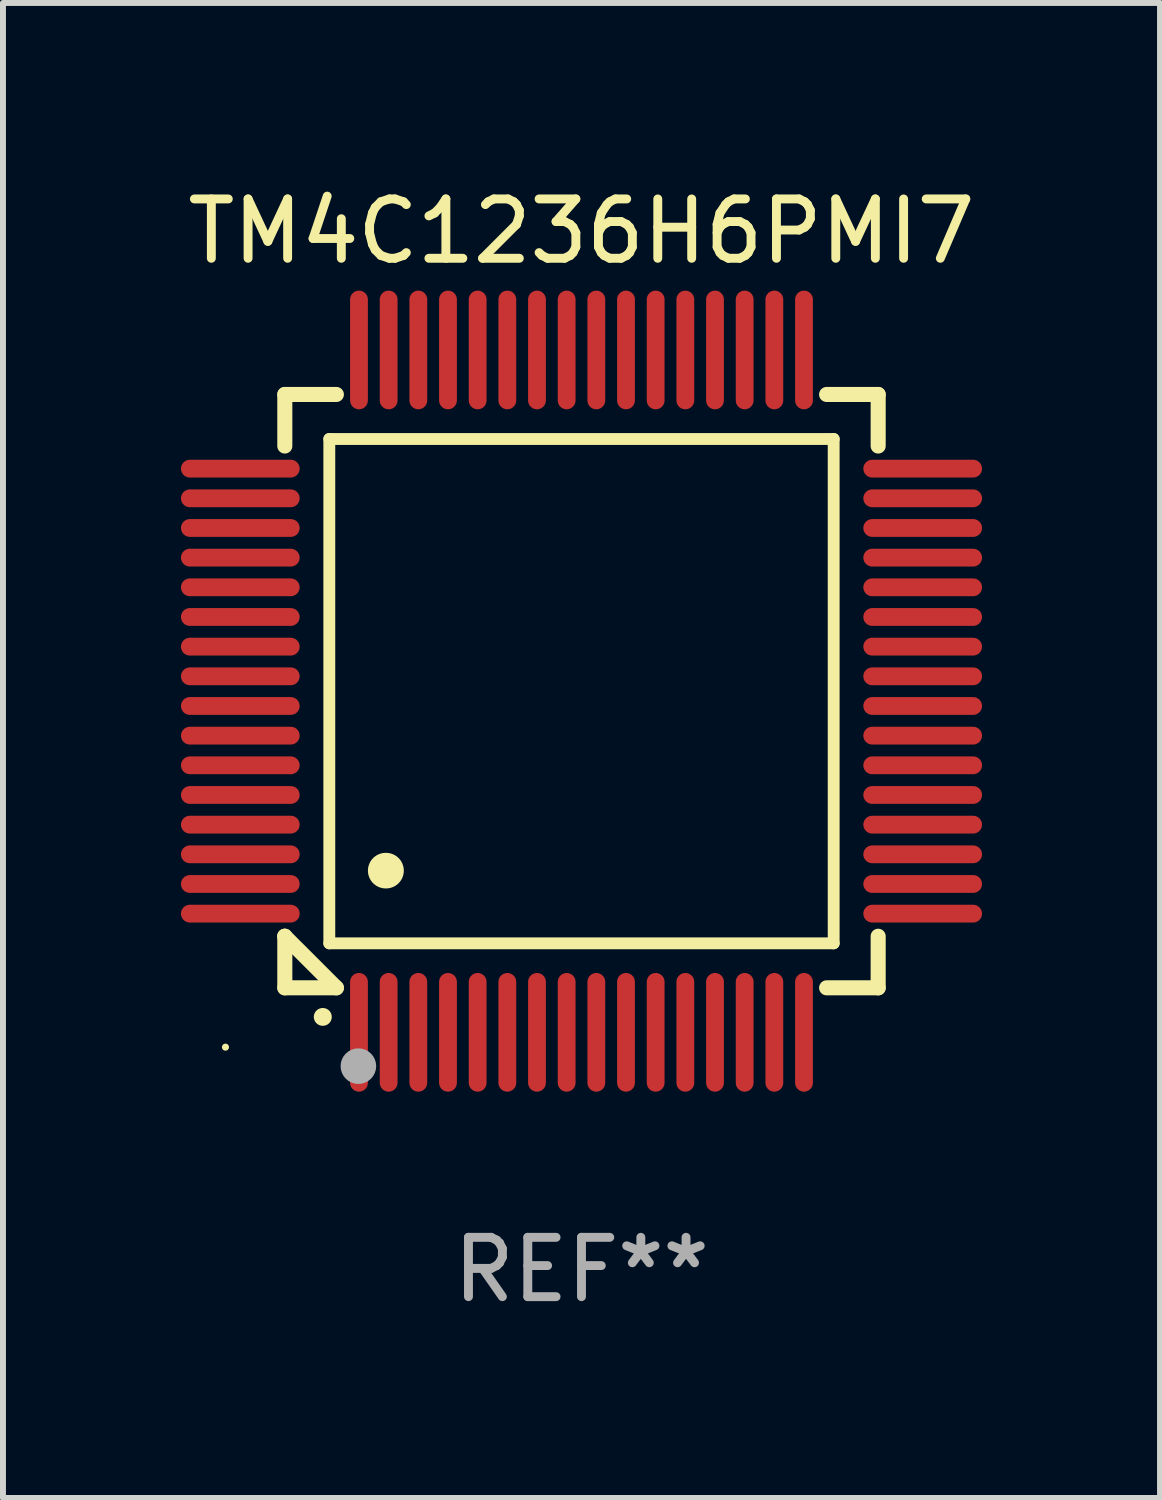
<source format=kicad_pcb>
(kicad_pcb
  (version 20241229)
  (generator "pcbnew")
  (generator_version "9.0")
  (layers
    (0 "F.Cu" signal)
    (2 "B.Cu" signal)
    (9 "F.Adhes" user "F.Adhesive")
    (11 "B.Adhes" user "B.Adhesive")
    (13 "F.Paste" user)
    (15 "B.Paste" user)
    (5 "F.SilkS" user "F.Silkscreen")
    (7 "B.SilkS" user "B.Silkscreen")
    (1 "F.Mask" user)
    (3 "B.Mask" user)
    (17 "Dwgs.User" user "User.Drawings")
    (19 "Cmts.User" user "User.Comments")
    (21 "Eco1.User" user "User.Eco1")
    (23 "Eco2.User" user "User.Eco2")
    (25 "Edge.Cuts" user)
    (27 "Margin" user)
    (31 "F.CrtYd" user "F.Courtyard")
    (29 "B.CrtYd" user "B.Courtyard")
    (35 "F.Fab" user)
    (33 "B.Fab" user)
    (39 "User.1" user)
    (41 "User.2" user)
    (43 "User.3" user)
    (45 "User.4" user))
  (footprint "TM4C1236H6PMI7"
    (layer "F.Cu")
    (at 6.75 8.598)
    (property "Reference" "TM4C1236H6PMI7" (at 0 -7.75 0) (layer "F.SilkS") (effects (font (size 1 1) (thickness 0.15))))
    (attr through_hole)
    (fp_line (start -5 -5) (end -4.131 -5) (stroke (width 0.254) (type solid)) (layer "F.SilkS"))
    (fp_line (start -5 -4.131) (end -5 -5) (stroke (width 0.254) (type solid)) (layer "F.SilkS"))
    (fp_line (start -5 4.131) (end -5 4.131) (stroke (width 0.254) (type solid)) (layer "F.SilkS"))
    (fp_line (start -5 5) (end -5 4.131) (stroke (width 0.254) (type solid)) (layer "F.SilkS"))
    (fp_line (start -5 4.131) (end -4.131 5) (stroke (width 0.254) (type solid)) (layer "F.SilkS"))
    (fp_line (start -4.25 -4.25) (end -4.25 4.25) (stroke (width 0.2) (type solid)) (layer "F.SilkS"))
    (fp_line (start -4.25 4.25) (end 4.25 4.25) (stroke (width 0.2) (type solid)) (layer "F.SilkS"))
    (fp_line (start -4.131 5) (end -5 5) (stroke (width 0.254) (type solid)) (layer "F.SilkS"))
    (fp_line (start 4.25 -4.25) (end -4.25 -4.25) (stroke (width 0.2) (type solid)) (layer "F.SilkS"))
    (fp_line (start 4.25 4.25) (end 4.25 -4.25) (stroke (width 0.2) (type solid)) (layer "F.SilkS"))
    (fp_line (start 5 -5) (end 4.131 -5) (stroke (width 0.254) (type solid)) (layer "F.SilkS"))
    (fp_line (start 5 -5) (end 5 -4.131) (stroke (width 0.254) (type solid)) (layer "F.SilkS"))
    (fp_line (start 5 4.131) (end 5 5) (stroke (width 0.254) (type solid)) (layer "F.SilkS"))
    (fp_line (start 5 5) (end 4.131 5) (stroke (width 0.254) (type solid)) (layer "F.SilkS"))
    (fp_arc (start -4.361265 5.489992) (mid -4.359995 5.489987) (end -4.358725 5.489992) (stroke (width 0.3) (type solid)) (layer "F.SilkS"))
    (fp_arc (start -3.299467 3.025146) (mid -3.296927 3.025135) (end -3.294387 3.025146) (stroke (width 0.6) (type solid)) (layer "F.SilkS"))
    (fp_circle (center -6 6) (end -5.97 6) (stroke (width 0.06) (type solid)) (fill no) (layer "F.SilkS"))
    (fp_circle (center -3.76 6.32) (end -3.61 6.32) (stroke (width 0.3) (type solid)) (fill no) (layer "F.Fab"))
    (fp_text user "REF**" (at 0 9.75 0) (layer "F.Fab") (effects (font (size 1 1) (thickness 0.15))))
    (pad "1" smd oval (at -3.75 5.75) (size 0.3 2) (layers "F.Cu" "F.Mask" "F.Paste"))
    (pad "2" smd oval (at -3.25 5.75) (size 0.3 2) (layers "F.Cu" "F.Mask" "F.Paste"))
    (pad "3" smd oval (at -2.75 5.75) (size 0.3 2) (layers "F.Cu" "F.Mask" "F.Paste"))
    (pad "4" smd oval (at -2.25 5.75) (size 0.3 2) (layers "F.Cu" "F.Mask" "F.Paste"))
    (pad "5" smd oval (at -1.75 5.75) (size 0.3 2) (layers "F.Cu" "F.Mask" "F.Paste"))
    (pad "6" smd oval (at -1.25 5.75) (size 0.3 2) (layers "F.Cu" "F.Mask" "F.Paste"))
    (pad "7" smd oval (at -0.75 5.75) (size 0.3 2) (layers "F.Cu" "F.Mask" "F.Paste"))
    (pad "8" smd oval (at -0.25 5.75) (size 0.3 2) (layers "F.Cu" "F.Mask" "F.Paste"))
    (pad "9" smd oval (at 0.25 5.75) (size 0.3 2) (layers "F.Cu" "F.Mask" "F.Paste"))
    (pad "10" smd oval (at 0.75 5.75) (size 0.3 2) (layers "F.Cu" "F.Mask" "F.Paste"))
    (pad "11" smd oval (at 1.25 5.75) (size 0.3 2) (layers "F.Cu" "F.Mask" "F.Paste"))
    (pad "12" smd oval (at 1.75 5.75) (size 0.3 2) (layers "F.Cu" "F.Mask" "F.Paste"))
    (pad "13" smd oval (at 2.25 5.75) (size 0.3 2) (layers "F.Cu" "F.Mask" "F.Paste"))
    (pad "14" smd oval (at 2.75 5.75) (size 0.3 2) (layers "F.Cu" "F.Mask" "F.Paste"))
    (pad "15" smd oval (at 3.25 5.75) (size 0.3 2) (layers "F.Cu" "F.Mask" "F.Paste"))
    (pad "16" smd oval (at 3.75 5.75) (size 0.3 2) (layers "F.Cu" "F.Mask" "F.Paste"))
    (pad "17" smd oval (at 5.75 3.75) (size 2 0.3) (layers "F.Cu" "F.Mask" "F.Paste"))
    (pad "18" smd oval (at 5.75 3.25) (size 2 0.3) (layers "F.Cu" "F.Mask" "F.Paste"))
    (pad "19" smd oval (at 5.75 2.75) (size 2 0.3) (layers "F.Cu" "F.Mask" "F.Paste"))
    (pad "20" smd oval (at 5.75 2.25) (size 2 0.3) (layers "F.Cu" "F.Mask" "F.Paste"))
    (pad "21" smd oval (at 5.75 1.75) (size 2 0.3) (layers "F.Cu" "F.Mask" "F.Paste"))
    (pad "22" smd oval (at 5.75 1.25) (size 2 0.3) (layers "F.Cu" "F.Mask" "F.Paste"))
    (pad "23" smd oval (at 5.75 0.75) (size 2 0.3) (layers "F.Cu" "F.Mask" "F.Paste"))
    (pad "24" smd oval (at 5.75 0.25) (size 2 0.3) (layers "F.Cu" "F.Mask" "F.Paste"))
    (pad "25" smd oval (at 5.75 -0.25) (size 2 0.3) (layers "F.Cu" "F.Mask" "F.Paste"))
    (pad "26" smd oval (at 5.75 -0.75) (size 2 0.3) (layers "F.Cu" "F.Mask" "F.Paste"))
    (pad "27" smd oval (at 5.75 -1.25) (size 2 0.3) (layers "F.Cu" "F.Mask" "F.Paste"))
    (pad "28" smd oval (at 5.75 -1.75) (size 2 0.3) (layers "F.Cu" "F.Mask" "F.Paste"))
    (pad "29" smd oval (at 5.75 -2.25) (size 2 0.3) (layers "F.Cu" "F.Mask" "F.Paste"))
    (pad "30" smd oval (at 5.75 -2.75) (size 2 0.3) (layers "F.Cu" "F.Mask" "F.Paste"))
    (pad "31" smd oval (at 5.75 -3.25) (size 2 0.3) (layers "F.Cu" "F.Mask" "F.Paste"))
    (pad "32" smd oval (at 5.75 -3.75) (size 2 0.3) (layers "F.Cu" "F.Mask" "F.Paste"))
    (pad "33" smd oval (at 3.75 -5.75) (size 0.3 2) (layers "F.Cu" "F.Mask" "F.Paste"))
    (pad "34" smd oval (at 3.25 -5.75) (size 0.3 2) (layers "F.Cu" "F.Mask" "F.Paste"))
    (pad "35" smd oval (at 2.75 -5.75) (size 0.3 2) (layers "F.Cu" "F.Mask" "F.Paste"))
    (pad "36" smd oval (at 2.25 -5.75) (size 0.3 2) (layers "F.Cu" "F.Mask" "F.Paste"))
    (pad "37" smd oval (at 1.75 -5.75) (size 0.3 2) (layers "F.Cu" "F.Mask" "F.Paste"))
    (pad "38" smd oval (at 1.25 -5.75) (size 0.3 2) (layers "F.Cu" "F.Mask" "F.Paste"))
    (pad "39" smd oval (at 0.75 -5.75) (size 0.3 2) (layers "F.Cu" "F.Mask" "F.Paste"))
    (pad "40" smd oval (at 0.25 -5.75) (size 0.3 2) (layers "F.Cu" "F.Mask" "F.Paste"))
    (pad "41" smd oval (at -0.25 -5.75) (size 0.3 2) (layers "F.Cu" "F.Mask" "F.Paste"))
    (pad "42" smd oval (at -0.75 -5.75) (size 0.3 2) (layers "F.Cu" "F.Mask" "F.Paste"))
    (pad "43" smd oval (at -1.25 -5.75) (size 0.3 2) (layers "F.Cu" "F.Mask" "F.Paste"))
    (pad "44" smd oval (at -1.75 -5.75) (size 0.3 2) (layers "F.Cu" "F.Mask" "F.Paste"))
    (pad "45" smd oval (at -2.25 -5.75) (size 0.3 2) (layers "F.Cu" "F.Mask" "F.Paste"))
    (pad "46" smd oval (at -2.75 -5.75) (size 0.3 2) (layers "F.Cu" "F.Mask" "F.Paste"))
    (pad "47" smd oval (at -3.25 -5.75) (size 0.3 2) (layers "F.Cu" "F.Mask" "F.Paste"))
    (pad "48" smd oval (at -3.75 -5.75) (size 0.3 2) (layers "F.Cu" "F.Mask" "F.Paste"))
    (pad "49" smd oval (at -5.75 -3.75) (size 2 0.3) (layers "F.Cu" "F.Mask" "F.Paste"))
    (pad "50" smd oval (at -5.75 -3.25) (size 2 0.3) (layers "F.Cu" "F.Mask" "F.Paste"))
    (pad "51" smd oval (at -5.75 -2.75) (size 2 0.3) (layers "F.Cu" "F.Mask" "F.Paste"))
    (pad "52" smd oval (at -5.75 -2.25) (size 2 0.3) (layers "F.Cu" "F.Mask" "F.Paste"))
    (pad "53" smd oval (at -5.75 -1.75) (size 2 0.3) (layers "F.Cu" "F.Mask" "F.Paste"))
    (pad "54" smd oval (at -5.75 -1.25) (size 2 0.3) (layers "F.Cu" "F.Mask" "F.Paste"))
    (pad "55" smd oval (at -5.75 -0.75) (size 2 0.3) (layers "F.Cu" "F.Mask" "F.Paste"))
    (pad "56" smd oval (at -5.75 -0.25) (size 2 0.3) (layers "F.Cu" "F.Mask" "F.Paste"))
    (pad "57" smd oval (at -5.75 0.25) (size 2 0.3) (layers "F.Cu" "F.Mask" "F.Paste"))
    (pad "58" smd oval (at -5.75 0.75) (size 2 0.3) (layers "F.Cu" "F.Mask" "F.Paste"))
    (pad "59" smd oval (at -5.75 1.25) (size 2 0.3) (layers "F.Cu" "F.Mask" "F.Paste"))
    (pad "60" smd oval (at -5.75 1.75) (size 2 0.3) (layers "F.Cu" "F.Mask" "F.Paste"))
    (pad "61" smd oval (at -5.75 2.25) (size 2 0.3) (layers "F.Cu" "F.Mask" "F.Paste"))
    (pad "62" smd oval (at -5.75 2.75) (size 2 0.3) (layers "F.Cu" "F.Mask" "F.Paste"))
    (pad "63" smd oval (at -5.75 3.25) (size 2 0.3) (layers "F.Cu" "F.Mask" "F.Paste"))
    (pad "64" smd oval (at -5.75 3.75) (size 2 0.3) (layers "F.Cu" "F.Mask" "F.Paste")))
  (gr_rect
    (start -3 -3)
    (end 16.5 22.196)
    (stroke (width 0.1) (type default))
    (fill no)
    (layer "Edge.Cuts")))
</source>
